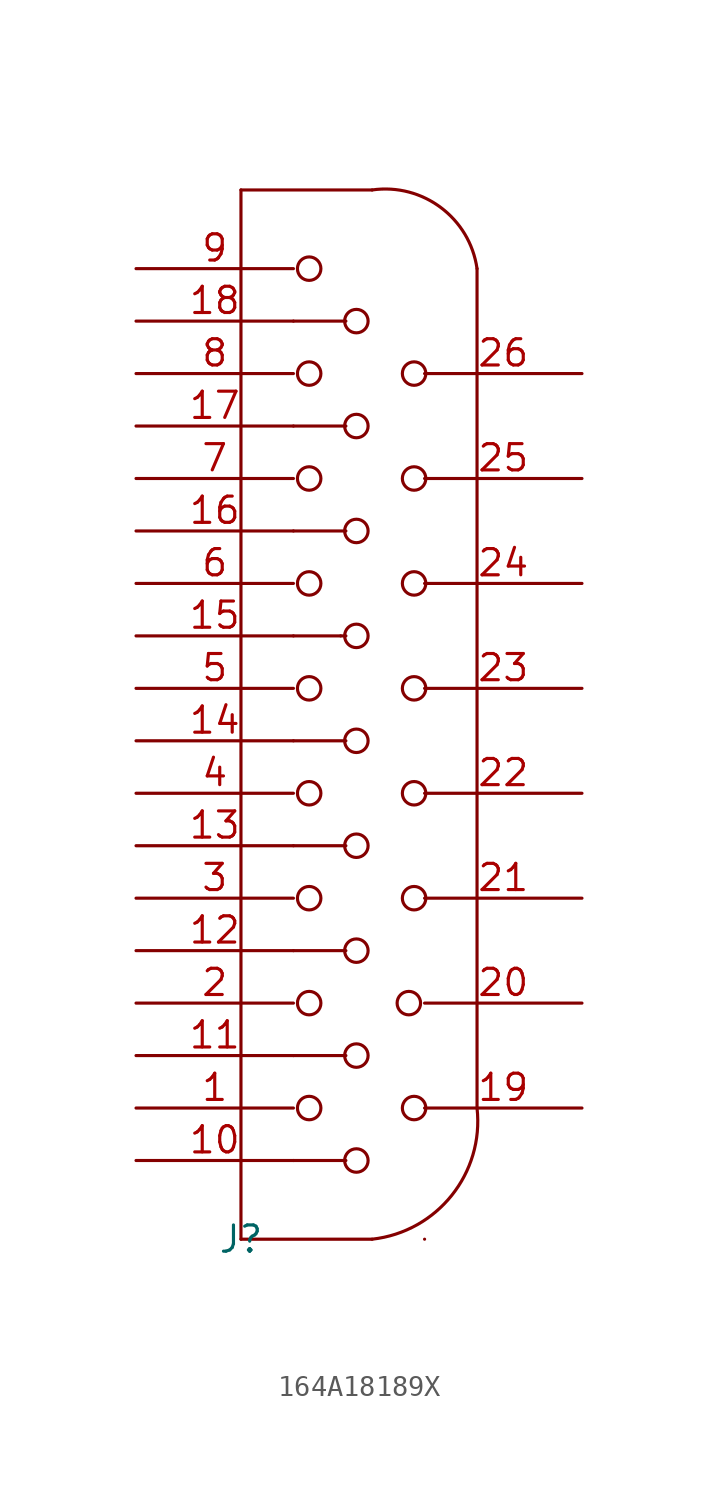
<source format=kicad_sym>
(kicad_symbol_lib
  (version 20231120)
  (generator "kicad_symbol_editor")
  (generator_version "8.0")
  (symbol "164A18189X"
    (pin_names
      (offset 0))
    (property "Reference" "J"
      (at 0 0 0)
      (effects (font (size 1.27 1.27))))
    (property "Value" ""
      (at 0 0 0)
      (effects (font (size 1.27 1.27))))
    (symbol "164A18189X_0_1"
      (polyline (pts (xy 0 0) (xy 0 50.8)) (stroke (width 0) (type default)) (fill (type none)))
      (polyline (pts (xy 0 0) (xy 6.35 0)) (stroke (width 0) (type default)) (fill (type none)))
      (polyline (pts (xy 2.54 3.81) (xy 5.08 3.81)) (stroke (width 0) (type default)) (fill (type none)))
      (polyline (pts (xy 2.54 8.89) (xy 5.08 8.89)) (stroke (width 0) (type default)) (fill (type none)))
      (polyline (pts (xy 2.54 13.97) (xy 5.08 13.97)) (stroke (width 0) (type default)) (fill (type none)))
      (polyline (pts (xy 2.54 19.05) (xy 5.08 19.05)) (stroke (width 0) (type default)) (fill (type none)))
      (polyline (pts (xy 2.54 24.13) (xy 5.08 24.13)) (stroke (width 0) (type default)) (fill (type none)))
      (polyline (pts (xy 2.54 29.21) (xy 4.826 29.21)) (stroke (width 0) (type default)) (fill (type none)))
      (polyline (pts (xy 2.54 34.29) (xy 5.08 34.29)) (stroke (width 0) (type default)) (fill (type none)))
      (polyline (pts (xy 2.54 39.37) (xy 5.08 39.37)) (stroke (width 0) (type default)) (fill (type none)))
      (polyline (pts (xy 4.826 29.21) (xy 5.08 29.21)) (stroke (width 0) (type default)) (fill (type none)))
      (polyline (pts (xy 8.89 0) (xy 8.89 0)) (stroke (width 0) (type default)) (fill (type none)))
      (polyline (pts (xy 11.43 6.35) (xy 11.43 46.99)) (stroke (width 0) (type default)) (fill (type none)))
      (polyline (pts (xy 2.54 44.45) (xy 5.08 44.45) (xy 4.826 44.45)) (stroke (width 0) (type default)) (fill (type none)))
      (circle (center 3.302 6.35) (radius 0.568) (stroke (width 0) (type default)) (fill (type none)))
      (circle (center 3.302 11.43) (radius 0.568) (stroke (width 0) (type default)) (fill (type none)))
      (circle (center 3.302 16.51) (radius 0.568) (stroke (width 0) (type default)) (fill (type none)))
      (circle (center 3.302 21.59) (radius 0.568) (stroke (width 0) (type default)) (fill (type none)))
      (circle (center 3.302 26.67) (radius 0.568) (stroke (width 0) (type default)) (fill (type none)))
      (circle (center 3.302 31.75) (radius 0.568) (stroke (width 0) (type default)) (fill (type none)))
      (circle (center 3.302 36.83) (radius 0.568) (stroke (width 0) (type default)) (fill (type none)))
      (circle (center 3.302 41.91) (radius 0.568) (stroke (width 0) (type default)) (fill (type none)))
      (circle (center 3.302 46.99) (radius 0.568) (stroke (width 0) (type default)) (fill (type none)))
      (circle (center 5.588 3.81) (radius 0.568) (stroke (width 0) (type default)) (fill (type none)))
      (circle (center 5.588 8.89) (radius 0.568) (stroke (width 0) (type default)) (fill (type none)))
      (circle (center 5.588 13.97) (radius 0.568) (stroke (width 0) (type default)) (fill (type none)))
      (circle (center 5.588 19.05) (radius 0.568) (stroke (width 0) (type default)) (fill (type none)))
      (circle (center 5.588 24.13) (radius 0.568) (stroke (width 0) (type default)) (fill (type none)))
      (circle (center 5.588 29.21) (radius 0.568) (stroke (width 0) (type default)) (fill (type none)))
      (circle (center 5.588 34.29) (radius 0.568) (stroke (width 0) (type default)) (fill (type none)))
      (circle (center 5.588 39.37) (radius 0.568) (stroke (width 0) (type default)) (fill (type none)))
      (circle (center 5.588 44.45) (radius 0.568) (stroke (width 0) (type default)) (fill (type none)))
      (arc (start 6.35 0) (mid 10.2051 2.1229) (end 11.43 6.35) (stroke (width 0) (type default)) (fill (type none)))
      (circle (center 8.128 11.43) (radius 0.568) (stroke (width 0) (type default)) (fill (type none)))
      (circle (center 8.382 6.35) (radius 0.568) (stroke (width 0) (type default)) (fill (type none)))
      (circle (center 8.382 16.51) (radius 0.568) (stroke (width 0) (type default)) (fill (type none)))
      (circle (center 8.382 21.59) (radius 0.568) (stroke (width 0) (type default)) (fill (type none)))
      (circle (center 8.382 26.67) (radius 0.568) (stroke (width 0) (type default)) (fill (type none)))
      (circle (center 8.382 31.75) (radius 0.568) (stroke (width 0) (type default)) (fill (type none)))
      (circle (center 8.382 36.83) (radius 0.568) (stroke (width 0) (type default)) (fill (type none)))
      (circle (center 8.382 41.91) (radius 0.568) (stroke (width 0) (type default)) (fill (type none)))
      (arc (start 11.43 46.99) (mid 9.6791 49.9471) (end 6.35 50.8) (stroke (width 0) (type default)) (fill (type none))))
    (symbol "164A18189X_1_1"
      (polyline (pts (xy 0 50.8) (xy 6.35 50.8)) (stroke (width 0) (type default)) (fill (type none)))
      (pin passive line (at -5.08 6.35 0) (length 7.62) (name "" (effects (font (size 1.27 1.27)))) (number "1" (effects (font (size 1.27 1.27)))))
      (pin passive line (at -5.08 3.81 0) (length 7.62) (name "" (effects (font (size 1.27 1.27)))) (number "10" (effects (font (size 1.27 1.27)))))
      (pin passive line (at -5.08 8.89 0) (length 7.62) (name "" (effects (font (size 1.27 1.27)))) (number "11" (effects (font (size 1.27 1.27)))))
      (pin passive line (at -5.08 13.97 0) (length 7.62) (name "" (effects (font (size 1.27 1.27)))) (number "12" (effects (font (size 1.27 1.27)))))
      (pin passive line (at -5.08 19.05 0) (length 7.62) (name "" (effects (font (size 1.27 1.27)))) (number "13" (effects (font (size 1.27 1.27)))))
      (pin passive line (at -5.08 24.13 0) (length 7.62) (name "" (effects (font (size 1.27 1.27)))) (number "14" (effects (font (size 1.27 1.27)))))
      (pin passive line (at -5.08 29.21 0) (length 7.62) (name "" (effects (font (size 1.27 1.27)))) (number "15" (effects (font (size 1.27 1.27)))))
      (pin passive line (at -5.08 34.29 0) (length 7.62) (name "" (effects (font (size 1.27 1.27)))) (number "16" (effects (font (size 1.27 1.27)))))
      (pin passive line (at -5.08 39.37 0) (length 7.62) (name "" (effects (font (size 1.27 1.27)))) (number "17" (effects (font (size 1.27 1.27)))))
      (pin passive line (at -5.08 44.45 0) (length 7.62) (name "" (effects (font (size 1.27 1.27)))) (number "18" (effects (font (size 1.27 1.27)))))
      (pin passive line (at 16.51 6.35 180) (length 7.62) (name "" (effects (font (size 1.27 1.27)))) (number "19" (effects (font (size 1.27 1.27)))))
      (pin passive line (at -5.08 11.43 0) (length 7.62) (name "" (effects (font (size 1.27 1.27)))) (number "2" (effects (font (size 1.27 1.27)))))
      (pin passive line (at 16.51 11.43 180) (length 7.62) (name "" (effects (font (size 1.27 1.27)))) (number "20" (effects (font (size 1.27 1.27)))))
      (pin passive line (at 16.51 16.51 180) (length 7.62) (name "" (effects (font (size 1.27 1.27)))) (number "21" (effects (font (size 1.27 1.27)))))
      (pin passive line (at 16.51 21.59 180) (length 7.62) (name "" (effects (font (size 1.27 1.27)))) (number "22" (effects (font (size 1.27 1.27)))))
      (pin passive line (at 16.51 26.67 180) (length 7.62) (name "" (effects (font (size 1.27 1.27)))) (number "23" (effects (font (size 1.27 1.27)))))
      (pin passive line (at 16.51 31.75 180) (length 7.62) (name "" (effects (font (size 1.27 1.27)))) (number "24" (effects (font (size 1.27 1.27)))))
      (pin passive line (at 16.51 36.83 180) (length 7.62) (name "" (effects (font (size 1.27 1.27)))) (number "25" (effects (font (size 1.27 1.27)))))
      (pin passive line (at 16.51 41.91 180) (length 7.62) (name "" (effects (font (size 1.27 1.27)))) (number "26" (effects (font (size 1.27 1.27)))))
      (pin passive line (at -5.08 16.51 0) (length 7.62) (name "" (effects (font (size 1.27 1.27)))) (number "3" (effects (font (size 1.27 1.27)))))
      (pin passive line (at -5.08 21.59 0) (length 7.62) (name "" (effects (font (size 1.27 1.27)))) (number "4" (effects (font (size 1.27 1.27)))))
      (pin passive line (at -5.08 26.67 0) (length 7.62) (name "" (effects (font (size 1.27 1.27)))) (number "5" (effects (font (size 1.27 1.27)))))
      (pin passive line (at -5.08 31.75 0) (length 7.62) (name "" (effects (font (size 1.27 1.27)))) (number "6" (effects (font (size 1.27 1.27)))))
      (pin passive line (at -5.08 36.83 0) (length 7.62) (name "" (effects (font (size 1.27 1.27)))) (number "7" (effects (font (size 1.27 1.27)))))
      (pin passive line (at -5.08 41.91 0) (length 7.62) (name "" (effects (font (size 1.27 1.27)))) (number "8" (effects (font (size 1.27 1.27)))))
      (pin passive line (at -5.08 46.99 0) (length 7.62) (name "" (effects (font (size 1.27 1.27)))) (number "9" (effects (font (size 1.27 1.27))))))))
</source>
